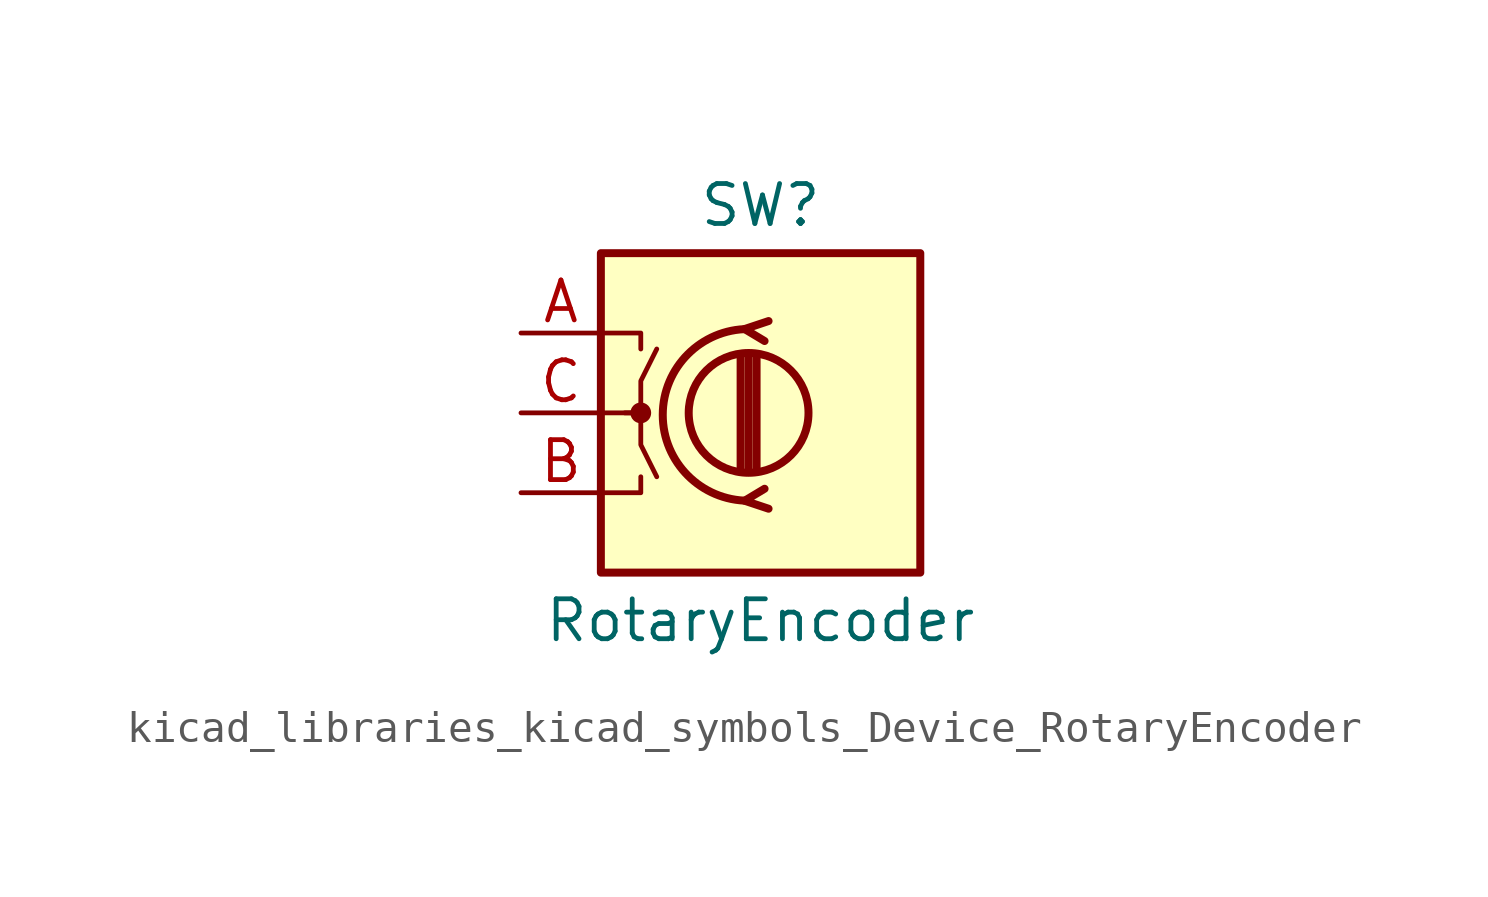
<source format=kicad_sym>
(kicad_symbol_lib
  (version 20220914)
  (generator kicad_symbol_editor)
  (symbol "kicad_libraries_kicad_symbols_Device_RotaryEncoder"
    (pin_names
      (offset 0.254) hide)
    (property "Reference" "SW"
      (at 0 6.604 0)
      (effects (font (size 1.27 1.27))))
    (property "Value" "RotaryEncoder"
      (at 0 -6.604 0)
      (effects (font (size 1.27 1.27))))
    (symbol "kicad_libraries_kicad_symbols_Device_RotaryEncoder_0_1"
      (rectangle (start -5.08 5.08) (end 5.08 -5.08) (stroke (width 0.254) (type default)) (fill (type background)))
      (circle (center -3.81 0) (radius 0.254) (stroke (width 0) (type default)) (fill (type outline)))
      (circle (center -0.381 0) (radius 1.905) (stroke (width 0.254) (type default)) (fill (type none)))
      (arc (start -0.381 2.667) (mid -3.0988 -0.0635) (end -0.381 -2.794) (stroke (width 0.254) (type default)) (fill (type none)))
      (polyline (pts (xy -0.635 -1.778) (xy -0.635 1.778)) (stroke (width 0.254) (type default)) (fill (type none)))
      (polyline (pts (xy -0.381 -1.778) (xy -0.381 1.778)) (stroke (width 0.254) (type default)) (fill (type none)))
      (polyline (pts (xy -0.127 1.778) (xy -0.127 -1.778)) (stroke (width 0.254) (type default)) (fill (type none)))
      (polyline (pts (xy -5.08 -2.54) (xy -3.81 -2.54) (xy -3.81 -2.032)) (stroke (width 0) (type default)) (fill (type none)))
      (polyline (pts (xy -5.08 2.54) (xy -3.81 2.54) (xy -3.81 2.032)) (stroke (width 0) (type default)) (fill (type none)))
      (polyline (pts (xy 0.254 -3.048) (xy -0.508 -2.794) (xy 0.127 -2.413)) (stroke (width 0.254) (type default)) (fill (type none)))
      (polyline (pts (xy 0.254 2.921) (xy -0.508 2.667) (xy 0.127 2.286)) (stroke (width 0.254) (type default)) (fill (type none)))
      (polyline (pts (xy -5.08 0) (xy -3.81 0) (xy -3.81 -1.016) (xy -3.302 -2.032)) (stroke (width 0) (type default)) (fill (type none)))
      (polyline (pts (xy -4.318 0) (xy -3.81 0) (xy -3.81 1.016) (xy -3.302 2.032)) (stroke (width 0) (type default)) (fill (type none))))
    (symbol "kicad_libraries_kicad_symbols_Device_RotaryEncoder_1_1"
      (pin passive line (at -7.62 2.54 0) (length 2.54) (name "A" (effects (font (size 1.27 1.27)))) (number "A" (effects (font (size 1.27 1.27)))))
      (pin passive line (at -7.62 -2.54 0) (length 2.54) (name "B" (effects (font (size 1.27 1.27)))) (number "B" (effects (font (size 1.27 1.27)))))
      (pin passive line (at -7.62 0 0) (length 2.54) (name "C" (effects (font (size 1.27 1.27)))) (number "C" (effects (font (size 1.27 1.27))))))))
</source>
